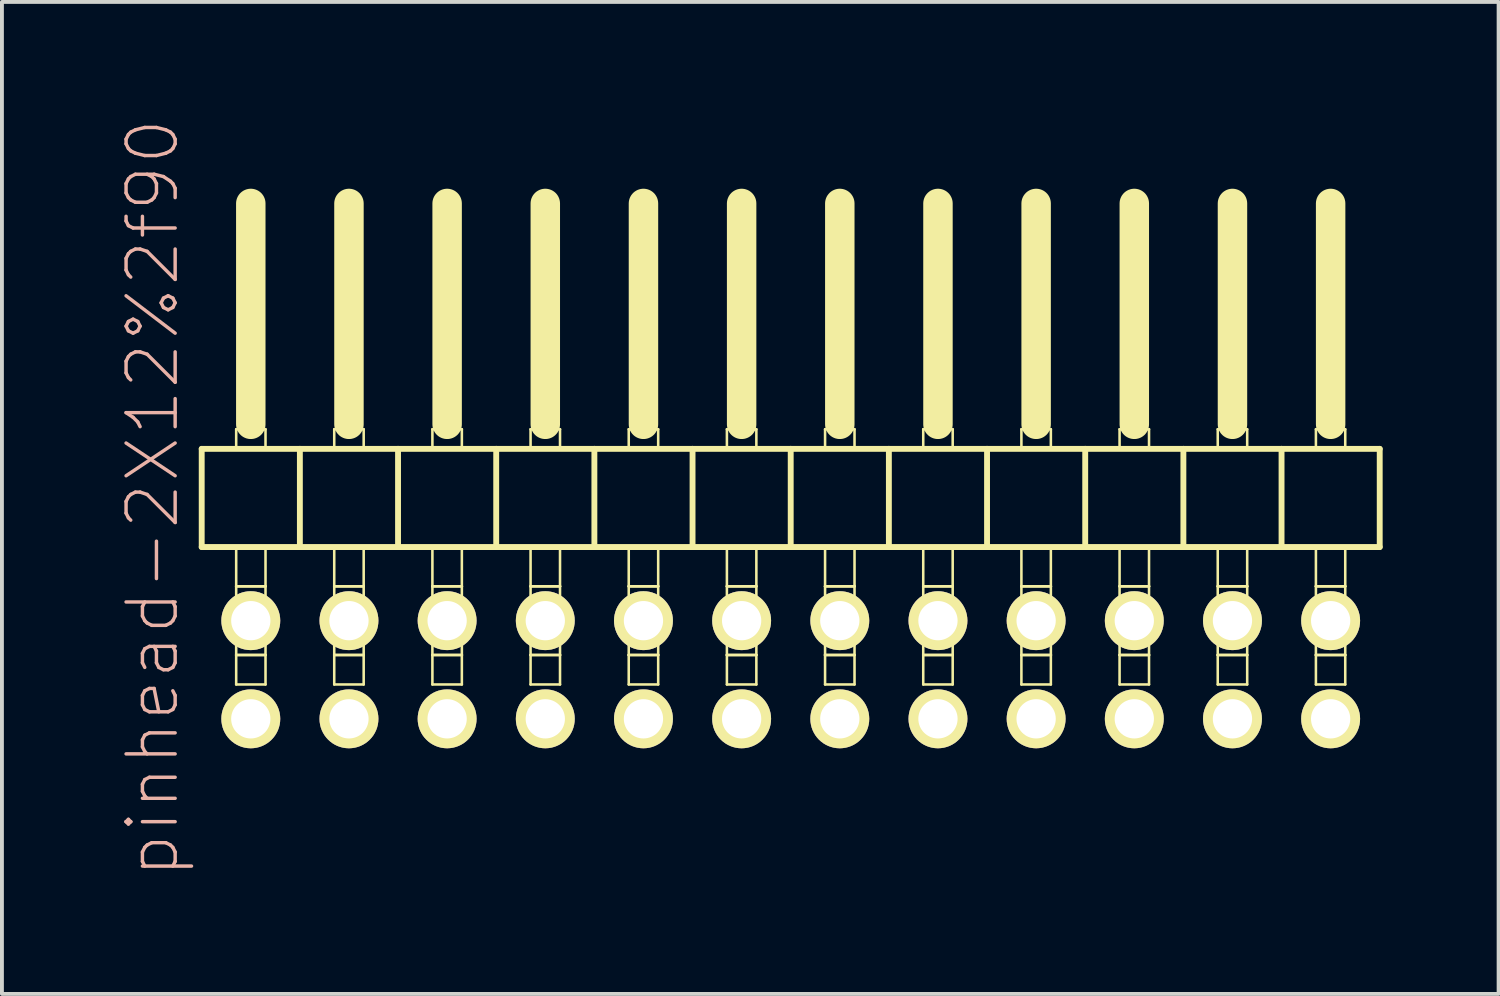
<source format=kicad_pcb>
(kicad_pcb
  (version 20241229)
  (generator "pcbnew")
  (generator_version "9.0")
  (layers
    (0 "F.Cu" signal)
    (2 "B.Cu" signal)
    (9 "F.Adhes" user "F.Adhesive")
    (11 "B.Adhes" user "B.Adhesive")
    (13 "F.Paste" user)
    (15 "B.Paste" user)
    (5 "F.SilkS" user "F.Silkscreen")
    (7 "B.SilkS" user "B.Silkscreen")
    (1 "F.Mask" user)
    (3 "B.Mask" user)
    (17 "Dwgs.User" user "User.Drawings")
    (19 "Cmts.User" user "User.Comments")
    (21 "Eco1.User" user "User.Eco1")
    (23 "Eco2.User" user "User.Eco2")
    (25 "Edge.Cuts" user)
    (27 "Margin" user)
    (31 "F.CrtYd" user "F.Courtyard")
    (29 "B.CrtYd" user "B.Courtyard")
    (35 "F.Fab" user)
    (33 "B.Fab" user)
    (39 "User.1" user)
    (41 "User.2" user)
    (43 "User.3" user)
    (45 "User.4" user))
  (footprint "pinhead-2X12%2f90"
    (layer "F.Cu")
    (at 17.409 9.199)
    (property "Reference" "pinhead-2X12%2f90" (at -16.51 0.635 90) (layer "B.SilkS") (effects (font (size 1.27 1.27) (thickness 0.089))))
    (attr exclude_from_pos_files exclude_from_bom)
    (fp_line (start -15.24 -0.635) (end -15.24 1.905) (stroke (width 0.152) (type solid)) (layer "F.SilkS"))
    (fp_line (start -15.24 1.905) (end -12.7 1.905) (stroke (width 0.152) (type solid)) (layer "F.SilkS"))
    (fp_line (start -14.348 -1.143) (end -13.589 -1.143) (stroke (width 0.066) (type solid)) (layer "F.SilkS"))
    (fp_line (start -14.348 -0.635) (end -14.348 -1.143) (stroke (width 0.066) (type solid)) (layer "F.SilkS"))
    (fp_line (start -14.348 -0.635) (end -13.589 -0.635) (stroke (width 0.066) (type solid)) (layer "F.SilkS"))
    (fp_line (start -14.348 1.905) (end -13.589 1.905) (stroke (width 0.066) (type solid)) (layer "F.SilkS"))
    (fp_line (start -14.348 2.921) (end -14.348 1.905) (stroke (width 0.066) (type solid)) (layer "F.SilkS"))
    (fp_line (start -14.348 2.921) (end -13.589 2.921) (stroke (width 0.066) (type solid)) (layer "F.SilkS"))
    (fp_line (start -14.348 2.921) (end -13.589 2.921) (stroke (width 0.066) (type solid)) (layer "F.SilkS"))
    (fp_line (start -14.348 4.699) (end -14.348 2.921) (stroke (width 0.066) (type solid)) (layer "F.SilkS"))
    (fp_line (start -14.348 4.699) (end -13.589 4.699) (stroke (width 0.066) (type solid)) (layer "F.SilkS"))
    (fp_line (start -14.348 4.699) (end -13.589 4.699) (stroke (width 0.066) (type solid)) (layer "F.SilkS"))
    (fp_line (start -14.348 5.461) (end -14.348 4.699) (stroke (width 0.066) (type solid)) (layer "F.SilkS"))
    (fp_line (start -14.348 5.461) (end -13.589 5.461) (stroke (width 0.066) (type solid)) (layer "F.SilkS"))
    (fp_line (start -13.97 -6.985) (end -13.97 -1.27) (stroke (width 0.762) (type solid)) (layer "F.SilkS"))
    (fp_line (start -13.589 -0.635) (end -13.589 -1.143) (stroke (width 0.066) (type solid)) (layer "F.SilkS"))
    (fp_line (start -13.589 2.921) (end -13.589 1.905) (stroke (width 0.066) (type solid)) (layer "F.SilkS"))
    (fp_line (start -13.589 4.699) (end -13.589 2.921) (stroke (width 0.066) (type solid)) (layer "F.SilkS"))
    (fp_line (start -13.589 5.461) (end -13.589 4.699) (stroke (width 0.066) (type solid)) (layer "F.SilkS"))
    (fp_line (start -12.7 -0.635) (end -15.24 -0.635) (stroke (width 0.152) (type solid)) (layer "F.SilkS"))
    (fp_line (start -12.7 1.905) (end -12.7 -0.635) (stroke (width 0.152) (type solid)) (layer "F.SilkS"))
    (fp_line (start -12.7 1.905) (end -10.16 1.905) (stroke (width 0.152) (type solid)) (layer "F.SilkS"))
    (fp_line (start -11.811 -1.143) (end -11.049 -1.143) (stroke (width 0.066) (type solid)) (layer "F.SilkS"))
    (fp_line (start -11.811 -0.635) (end -11.811 -1.143) (stroke (width 0.066) (type solid)) (layer "F.SilkS"))
    (fp_line (start -11.811 -0.635) (end -11.049 -0.635) (stroke (width 0.066) (type solid)) (layer "F.SilkS"))
    (fp_line (start -11.811 1.905) (end -11.049 1.905) (stroke (width 0.066) (type solid)) (layer "F.SilkS"))
    (fp_line (start -11.811 2.921) (end -11.811 1.905) (stroke (width 0.066) (type solid)) (layer "F.SilkS"))
    (fp_line (start -11.811 2.921) (end -11.049 2.921) (stroke (width 0.066) (type solid)) (layer "F.SilkS"))
    (fp_line (start -11.811 2.921) (end -11.049 2.921) (stroke (width 0.066) (type solid)) (layer "F.SilkS"))
    (fp_line (start -11.811 4.699) (end -11.811 2.921) (stroke (width 0.066) (type solid)) (layer "F.SilkS"))
    (fp_line (start -11.811 4.699) (end -11.049 4.699) (stroke (width 0.066) (type solid)) (layer "F.SilkS"))
    (fp_line (start -11.811 4.699) (end -11.049 4.699) (stroke (width 0.066) (type solid)) (layer "F.SilkS"))
    (fp_line (start -11.811 5.461) (end -11.811 4.699) (stroke (width 0.066) (type solid)) (layer "F.SilkS"))
    (fp_line (start -11.811 5.461) (end -11.049 5.461) (stroke (width 0.066) (type solid)) (layer "F.SilkS"))
    (fp_line (start -11.43 -6.985) (end -11.43 -1.27) (stroke (width 0.762) (type solid)) (layer "F.SilkS"))
    (fp_line (start -11.049 -0.635) (end -11.049 -1.143) (stroke (width 0.066) (type solid)) (layer "F.SilkS"))
    (fp_line (start -11.049 2.921) (end -11.049 1.905) (stroke (width 0.066) (type solid)) (layer "F.SilkS"))
    (fp_line (start -11.049 4.699) (end -11.049 2.921) (stroke (width 0.066) (type solid)) (layer "F.SilkS"))
    (fp_line (start -11.049 5.461) (end -11.049 4.699) (stroke (width 0.066) (type solid)) (layer "F.SilkS"))
    (fp_line (start -10.16 -0.635) (end -12.7 -0.635) (stroke (width 0.152) (type solid)) (layer "F.SilkS"))
    (fp_line (start -10.16 1.905) (end -10.16 -0.635) (stroke (width 0.152) (type solid)) (layer "F.SilkS"))
    (fp_line (start -10.16 1.905) (end -7.62 1.905) (stroke (width 0.152) (type solid)) (layer "F.SilkS"))
    (fp_line (start -9.271 -1.143) (end -8.509 -1.143) (stroke (width 0.066) (type solid)) (layer "F.SilkS"))
    (fp_line (start -9.271 -0.635) (end -9.271 -1.143) (stroke (width 0.066) (type solid)) (layer "F.SilkS"))
    (fp_line (start -9.271 -0.635) (end -8.509 -0.635) (stroke (width 0.066) (type solid)) (layer "F.SilkS"))
    (fp_line (start -9.271 1.905) (end -8.509 1.905) (stroke (width 0.066) (type solid)) (layer "F.SilkS"))
    (fp_line (start -9.271 2.921) (end -9.271 1.905) (stroke (width 0.066) (type solid)) (layer "F.SilkS"))
    (fp_line (start -9.271 2.921) (end -8.509 2.921) (stroke (width 0.066) (type solid)) (layer "F.SilkS"))
    (fp_line (start -9.271 2.921) (end -8.509 2.921) (stroke (width 0.066) (type solid)) (layer "F.SilkS"))
    (fp_line (start -9.271 4.699) (end -9.271 2.921) (stroke (width 0.066) (type solid)) (layer "F.SilkS"))
    (fp_line (start -9.271 4.699) (end -8.509 4.699) (stroke (width 0.066) (type solid)) (layer "F.SilkS"))
    (fp_line (start -9.271 4.699) (end -8.509 4.699) (stroke (width 0.066) (type solid)) (layer "F.SilkS"))
    (fp_line (start -9.271 5.461) (end -9.271 4.699) (stroke (width 0.066) (type solid)) (layer "F.SilkS"))
    (fp_line (start -9.271 5.461) (end -8.509 5.461) (stroke (width 0.066) (type solid)) (layer "F.SilkS"))
    (fp_line (start -8.89 -6.985) (end -8.89 -1.27) (stroke (width 0.762) (type solid)) (layer "F.SilkS"))
    (fp_line (start -8.509 -0.635) (end -8.509 -1.143) (stroke (width 0.066) (type solid)) (layer "F.SilkS"))
    (fp_line (start -8.509 2.921) (end -8.509 1.905) (stroke (width 0.066) (type solid)) (layer "F.SilkS"))
    (fp_line (start -8.509 4.699) (end -8.509 2.921) (stroke (width 0.066) (type solid)) (layer "F.SilkS"))
    (fp_line (start -8.509 5.461) (end -8.509 4.699) (stroke (width 0.066) (type solid)) (layer "F.SilkS"))
    (fp_line (start -7.62 -0.635) (end -10.16 -0.635) (stroke (width 0.152) (type solid)) (layer "F.SilkS"))
    (fp_line (start -7.62 1.905) (end -7.62 -0.635) (stroke (width 0.152) (type solid)) (layer "F.SilkS"))
    (fp_line (start -7.62 1.905) (end -5.08 1.905) (stroke (width 0.152) (type solid)) (layer "F.SilkS"))
    (fp_line (start -6.731 -1.143) (end -5.969 -1.143) (stroke (width 0.066) (type solid)) (layer "F.SilkS"))
    (fp_line (start -6.731 -0.635) (end -6.731 -1.143) (stroke (width 0.066) (type solid)) (layer "F.SilkS"))
    (fp_line (start -6.731 -0.635) (end -5.969 -0.635) (stroke (width 0.066) (type solid)) (layer "F.SilkS"))
    (fp_line (start -6.731 1.905) (end -5.969 1.905) (stroke (width 0.066) (type solid)) (layer "F.SilkS"))
    (fp_line (start -6.731 2.921) (end -6.731 1.905) (stroke (width 0.066) (type solid)) (layer "F.SilkS"))
    (fp_line (start -6.731 2.921) (end -5.969 2.921) (stroke (width 0.066) (type solid)) (layer "F.SilkS"))
    (fp_line (start -6.731 2.921) (end -5.969 2.921) (stroke (width 0.066) (type solid)) (layer "F.SilkS"))
    (fp_line (start -6.731 4.699) (end -6.731 2.921) (stroke (width 0.066) (type solid)) (layer "F.SilkS"))
    (fp_line (start -6.731 4.699) (end -5.969 4.699) (stroke (width 0.066) (type solid)) (layer "F.SilkS"))
    (fp_line (start -6.731 4.699) (end -5.969 4.699) (stroke (width 0.066) (type solid)) (layer "F.SilkS"))
    (fp_line (start -6.731 5.461) (end -6.731 4.699) (stroke (width 0.066) (type solid)) (layer "F.SilkS"))
    (fp_line (start -6.731 5.461) (end -5.969 5.461) (stroke (width 0.066) (type solid)) (layer "F.SilkS"))
    (fp_line (start -6.35 -6.985) (end -6.35 -1.27) (stroke (width 0.762) (type solid)) (layer "F.SilkS"))
    (fp_line (start -5.969 -0.635) (end -5.969 -1.143) (stroke (width 0.066) (type solid)) (layer "F.SilkS"))
    (fp_line (start -5.969 2.921) (end -5.969 1.905) (stroke (width 0.066) (type solid)) (layer "F.SilkS"))
    (fp_line (start -5.969 4.699) (end -5.969 2.921) (stroke (width 0.066) (type solid)) (layer "F.SilkS"))
    (fp_line (start -5.969 5.461) (end -5.969 4.699) (stroke (width 0.066) (type solid)) (layer "F.SilkS"))
    (fp_line (start -5.08 -0.635) (end -7.62 -0.635) (stroke (width 0.152) (type solid)) (layer "F.SilkS"))
    (fp_line (start -5.08 1.905) (end -5.08 -0.635) (stroke (width 0.152) (type solid)) (layer "F.SilkS"))
    (fp_line (start -5.08 1.905) (end -2.54 1.905) (stroke (width 0.152) (type solid)) (layer "F.SilkS"))
    (fp_line (start -4.191 -1.143) (end -3.429 -1.143) (stroke (width 0.066) (type solid)) (layer "F.SilkS"))
    (fp_line (start -4.191 -0.635) (end -4.191 -1.143) (stroke (width 0.066) (type solid)) (layer "F.SilkS"))
    (fp_line (start -4.191 -0.635) (end -3.429 -0.635) (stroke (width 0.066) (type solid)) (layer "F.SilkS"))
    (fp_line (start -4.191 1.905) (end -3.429 1.905) (stroke (width 0.066) (type solid)) (layer "F.SilkS"))
    (fp_line (start -4.191 2.921) (end -4.191 1.905) (stroke (width 0.066) (type solid)) (layer "F.SilkS"))
    (fp_line (start -4.191 2.921) (end -3.429 2.921) (stroke (width 0.066) (type solid)) (layer "F.SilkS"))
    (fp_line (start -4.191 2.921) (end -3.429 2.921) (stroke (width 0.066) (type solid)) (layer "F.SilkS"))
    (fp_line (start -4.191 4.699) (end -4.191 2.921) (stroke (width 0.066) (type solid)) (layer "F.SilkS"))
    (fp_line (start -4.191 4.699) (end -3.429 4.699) (stroke (width 0.066) (type solid)) (layer "F.SilkS"))
    (fp_line (start -4.191 4.699) (end -3.429 4.699) (stroke (width 0.066) (type solid)) (layer "F.SilkS"))
    (fp_line (start -4.191 5.461) (end -4.191 4.699) (stroke (width 0.066) (type solid)) (layer "F.SilkS"))
    (fp_line (start -4.191 5.461) (end -3.429 5.461) (stroke (width 0.066) (type solid)) (layer "F.SilkS"))
    (fp_line (start -3.81 -6.985) (end -3.81 -1.27) (stroke (width 0.762) (type solid)) (layer "F.SilkS"))
    (fp_line (start -3.429 -0.635) (end -3.429 -1.143) (stroke (width 0.066) (type solid)) (layer "F.SilkS"))
    (fp_line (start -3.429 2.921) (end -3.429 1.905) (stroke (width 0.066) (type solid)) (layer "F.SilkS"))
    (fp_line (start -3.429 4.699) (end -3.429 2.921) (stroke (width 0.066) (type solid)) (layer "F.SilkS"))
    (fp_line (start -3.429 5.461) (end -3.429 4.699) (stroke (width 0.066) (type solid)) (layer "F.SilkS"))
    (fp_line (start -2.54 -0.635) (end -5.08 -0.635) (stroke (width 0.152) (type solid)) (layer "F.SilkS"))
    (fp_line (start -2.54 1.905) (end -2.54 -0.635) (stroke (width 0.152) (type solid)) (layer "F.SilkS"))
    (fp_line (start -2.54 1.905) (end 0 1.905) (stroke (width 0.152) (type solid)) (layer "F.SilkS"))
    (fp_line (start -1.651 -1.143) (end -0.889 -1.143) (stroke (width 0.066) (type solid)) (layer "F.SilkS"))
    (fp_line (start -1.651 -0.635) (end -1.651 -1.143) (stroke (width 0.066) (type solid)) (layer "F.SilkS"))
    (fp_line (start -1.651 -0.635) (end -0.889 -0.635) (stroke (width 0.066) (type solid)) (layer "F.SilkS"))
    (fp_line (start -1.651 1.905) (end -0.889 1.905) (stroke (width 0.066) (type solid)) (layer "F.SilkS"))
    (fp_line (start -1.651 2.921) (end -1.651 1.905) (stroke (width 0.066) (type solid)) (layer "F.SilkS"))
    (fp_line (start -1.651 2.921) (end -0.889 2.921) (stroke (width 0.066) (type solid)) (layer "F.SilkS"))
    (fp_line (start -1.651 2.921) (end -0.889 2.921) (stroke (width 0.066) (type solid)) (layer "F.SilkS"))
    (fp_line (start -1.651 4.699) (end -1.651 2.921) (stroke (width 0.066) (type solid)) (layer "F.SilkS"))
    (fp_line (start -1.651 4.699) (end -0.889 4.699) (stroke (width 0.066) (type solid)) (layer "F.SilkS"))
    (fp_line (start -1.651 4.699) (end -0.889 4.699) (stroke (width 0.066) (type solid)) (layer "F.SilkS"))
    (fp_line (start -1.651 5.461) (end -1.651 4.699) (stroke (width 0.066) (type solid)) (layer "F.SilkS"))
    (fp_line (start -1.651 5.461) (end -0.889 5.461) (stroke (width 0.066) (type solid)) (layer "F.SilkS"))
    (fp_line (start -1.27 -6.985) (end -1.27 -1.27) (stroke (width 0.762) (type solid)) (layer "F.SilkS"))
    (fp_line (start -0.889 -0.635) (end -0.889 -1.143) (stroke (width 0.066) (type solid)) (layer "F.SilkS"))
    (fp_line (start -0.889 2.921) (end -0.889 1.905) (stroke (width 0.066) (type solid)) (layer "F.SilkS"))
    (fp_line (start -0.889 4.699) (end -0.889 2.921) (stroke (width 0.066) (type solid)) (layer "F.SilkS"))
    (fp_line (start -0.889 5.461) (end -0.889 4.699) (stroke (width 0.066) (type solid)) (layer "F.SilkS"))
    (fp_line (start 0 -0.635) (end -2.54 -0.635) (stroke (width 0.152) (type solid)) (layer "F.SilkS"))
    (fp_line (start 0 1.905) (end 0 -0.635) (stroke (width 0.152) (type solid)) (layer "F.SilkS"))
    (fp_line (start 0 1.905) (end 2.54 1.905) (stroke (width 0.152) (type solid)) (layer "F.SilkS"))
    (fp_line (start 0.889 -1.143) (end 1.651 -1.143) (stroke (width 0.066) (type solid)) (layer "F.SilkS"))
    (fp_line (start 0.889 -0.635) (end 0.889 -1.143) (stroke (width 0.066) (type solid)) (layer "F.SilkS"))
    (fp_line (start 0.889 -0.635) (end 1.651 -0.635) (stroke (width 0.066) (type solid)) (layer "F.SilkS"))
    (fp_line (start 0.889 1.905) (end 1.651 1.905) (stroke (width 0.066) (type solid)) (layer "F.SilkS"))
    (fp_line (start 0.889 2.921) (end 0.889 1.905) (stroke (width 0.066) (type solid)) (layer "F.SilkS"))
    (fp_line (start 0.889 2.921) (end 1.651 2.921) (stroke (width 0.066) (type solid)) (layer "F.SilkS"))
    (fp_line (start 0.889 2.921) (end 1.651 2.921) (stroke (width 0.066) (type solid)) (layer "F.SilkS"))
    (fp_line (start 0.889 4.699) (end 0.889 2.921) (stroke (width 0.066) (type solid)) (layer "F.SilkS"))
    (fp_line (start 0.889 4.699) (end 1.651 4.699) (stroke (width 0.066) (type solid)) (layer "F.SilkS"))
    (fp_line (start 0.889 4.699) (end 1.651 4.699) (stroke (width 0.066) (type solid)) (layer "F.SilkS"))
    (fp_line (start 0.889 5.461) (end 0.889 4.699) (stroke (width 0.066) (type solid)) (layer "F.SilkS"))
    (fp_line (start 0.889 5.461) (end 1.651 5.461) (stroke (width 0.066) (type solid)) (layer "F.SilkS"))
    (fp_line (start 1.27 -6.985) (end 1.27 -1.27) (stroke (width 0.762) (type solid)) (layer "F.SilkS"))
    (fp_line (start 1.651 -0.635) (end 1.651 -1.143) (stroke (width 0.066) (type solid)) (layer "F.SilkS"))
    (fp_line (start 1.651 2.921) (end 1.651 1.905) (stroke (width 0.066) (type solid)) (layer "F.SilkS"))
    (fp_line (start 1.651 4.699) (end 1.651 2.921) (stroke (width 0.066) (type solid)) (layer "F.SilkS"))
    (fp_line (start 1.651 5.461) (end 1.651 4.699) (stroke (width 0.066) (type solid)) (layer "F.SilkS"))
    (fp_line (start 2.54 -0.635) (end 0 -0.635) (stroke (width 0.152) (type solid)) (layer "F.SilkS"))
    (fp_line (start 2.54 1.905) (end 2.54 -0.635) (stroke (width 0.152) (type solid)) (layer "F.SilkS"))
    (fp_line (start 2.54 1.905) (end 5.08 1.905) (stroke (width 0.152) (type solid)) (layer "F.SilkS"))
    (fp_line (start 3.429 -1.143) (end 4.191 -1.143) (stroke (width 0.066) (type solid)) (layer "F.SilkS"))
    (fp_line (start 3.429 -0.635) (end 3.429 -1.143) (stroke (width 0.066) (type solid)) (layer "F.SilkS"))
    (fp_line (start 3.429 -0.635) (end 4.191 -0.635) (stroke (width 0.066) (type solid)) (layer "F.SilkS"))
    (fp_line (start 3.429 1.905) (end 4.191 1.905) (stroke (width 0.066) (type solid)) (layer "F.SilkS"))
    (fp_line (start 3.429 2.921) (end 3.429 1.905) (stroke (width 0.066) (type solid)) (layer "F.SilkS"))
    (fp_line (start 3.429 2.921) (end 4.191 2.921) (stroke (width 0.066) (type solid)) (layer "F.SilkS"))
    (fp_line (start 3.429 2.921) (end 4.191 2.921) (stroke (width 0.066) (type solid)) (layer "F.SilkS"))
    (fp_line (start 3.429 4.699) (end 3.429 2.921) (stroke (width 0.066) (type solid)) (layer "F.SilkS"))
    (fp_line (start 3.429 4.699) (end 4.191 4.699) (stroke (width 0.066) (type solid)) (layer "F.SilkS"))
    (fp_line (start 3.429 4.699) (end 4.191 4.699) (stroke (width 0.066) (type solid)) (layer "F.SilkS"))
    (fp_line (start 3.429 5.461) (end 3.429 4.699) (stroke (width 0.066) (type solid)) (layer "F.SilkS"))
    (fp_line (start 3.429 5.461) (end 4.191 5.461) (stroke (width 0.066) (type solid)) (layer "F.SilkS"))
    (fp_line (start 3.81 -6.985) (end 3.81 -1.27) (stroke (width 0.762) (type solid)) (layer "F.SilkS"))
    (fp_line (start 4.191 -0.635) (end 4.191 -1.143) (stroke (width 0.066) (type solid)) (layer "F.SilkS"))
    (fp_line (start 4.191 2.921) (end 4.191 1.905) (stroke (width 0.066) (type solid)) (layer "F.SilkS"))
    (fp_line (start 4.191 4.699) (end 4.191 2.921) (stroke (width 0.066) (type solid)) (layer "F.SilkS"))
    (fp_line (start 4.191 5.461) (end 4.191 4.699) (stroke (width 0.066) (type solid)) (layer "F.SilkS"))
    (fp_line (start 5.08 -0.635) (end 2.54 -0.635) (stroke (width 0.152) (type solid)) (layer "F.SilkS"))
    (fp_line (start 5.08 1.905) (end 5.08 -0.635) (stroke (width 0.152) (type solid)) (layer "F.SilkS"))
    (fp_line (start 5.08 1.905) (end 7.62 1.905) (stroke (width 0.152) (type solid)) (layer "F.SilkS"))
    (fp_line (start 5.969 -1.143) (end 6.731 -1.143) (stroke (width 0.066) (type solid)) (layer "F.SilkS"))
    (fp_line (start 5.969 -0.635) (end 5.969 -1.143) (stroke (width 0.066) (type solid)) (layer "F.SilkS"))
    (fp_line (start 5.969 -0.635) (end 6.731 -0.635) (stroke (width 0.066) (type solid)) (layer "F.SilkS"))
    (fp_line (start 5.969 1.905) (end 6.731 1.905) (stroke (width 0.066) (type solid)) (layer "F.SilkS"))
    (fp_line (start 5.969 2.921) (end 5.969 1.905) (stroke (width 0.066) (type solid)) (layer "F.SilkS"))
    (fp_line (start 5.969 2.921) (end 6.731 2.921) (stroke (width 0.066) (type solid)) (layer "F.SilkS"))
    (fp_line (start 5.969 2.921) (end 6.731 2.921) (stroke (width 0.066) (type solid)) (layer "F.SilkS"))
    (fp_line (start 5.969 4.699) (end 5.969 2.921) (stroke (width 0.066) (type solid)) (layer "F.SilkS"))
    (fp_line (start 5.969 4.699) (end 6.731 4.699) (stroke (width 0.066) (type solid)) (layer "F.SilkS"))
    (fp_line (start 5.969 4.699) (end 6.731 4.699) (stroke (width 0.066) (type solid)) (layer "F.SilkS"))
    (fp_line (start 5.969 5.461) (end 5.969 4.699) (stroke (width 0.066) (type solid)) (layer "F.SilkS"))
    (fp_line (start 5.969 5.461) (end 6.731 5.461) (stroke (width 0.066) (type solid)) (layer "F.SilkS"))
    (fp_line (start 6.35 -6.985) (end 6.35 -1.27) (stroke (width 0.762) (type solid)) (layer "F.SilkS"))
    (fp_line (start 6.731 -0.635) (end 6.731 -1.143) (stroke (width 0.066) (type solid)) (layer "F.SilkS"))
    (fp_line (start 6.731 2.921) (end 6.731 1.905) (stroke (width 0.066) (type solid)) (layer "F.SilkS"))
    (fp_line (start 6.731 4.699) (end 6.731 2.921) (stroke (width 0.066) (type solid)) (layer "F.SilkS"))
    (fp_line (start 6.731 5.461) (end 6.731 4.699) (stroke (width 0.066) (type solid)) (layer "F.SilkS"))
    (fp_line (start 7.62 -0.635) (end 5.08 -0.635) (stroke (width 0.152) (type solid)) (layer "F.SilkS"))
    (fp_line (start 7.62 1.905) (end 7.62 -0.635) (stroke (width 0.152) (type solid)) (layer "F.SilkS"))
    (fp_line (start 7.62 1.905) (end 10.16 1.905) (stroke (width 0.152) (type solid)) (layer "F.SilkS"))
    (fp_line (start 8.509 -1.143) (end 9.271 -1.143) (stroke (width 0.066) (type solid)) (layer "F.SilkS"))
    (fp_line (start 8.509 -0.635) (end 8.509 -1.143) (stroke (width 0.066) (type solid)) (layer "F.SilkS"))
    (fp_line (start 8.509 -0.635) (end 9.271 -0.635) (stroke (width 0.066) (type solid)) (layer "F.SilkS"))
    (fp_line (start 8.509 1.905) (end 9.271 1.905) (stroke (width 0.066) (type solid)) (layer "F.SilkS"))
    (fp_line (start 8.509 2.921) (end 8.509 1.905) (stroke (width 0.066) (type solid)) (layer "F.SilkS"))
    (fp_line (start 8.509 2.921) (end 9.271 2.921) (stroke (width 0.066) (type solid)) (layer "F.SilkS"))
    (fp_line (start 8.509 2.921) (end 9.271 2.921) (stroke (width 0.066) (type solid)) (layer "F.SilkS"))
    (fp_line (start 8.509 4.699) (end 8.509 2.921) (stroke (width 0.066) (type solid)) (layer "F.SilkS"))
    (fp_line (start 8.509 4.699) (end 9.271 4.699) (stroke (width 0.066) (type solid)) (layer "F.SilkS"))
    (fp_line (start 8.509 4.699) (end 9.271 4.699) (stroke (width 0.066) (type solid)) (layer "F.SilkS"))
    (fp_line (start 8.509 5.461) (end 8.509 4.699) (stroke (width 0.066) (type solid)) (layer "F.SilkS"))
    (fp_line (start 8.509 5.461) (end 9.271 5.461) (stroke (width 0.066) (type solid)) (layer "F.SilkS"))
    (fp_line (start 8.89 -6.985) (end 8.89 -1.27) (stroke (width 0.762) (type solid)) (layer "F.SilkS"))
    (fp_line (start 9.271 -0.635) (end 9.271 -1.143) (stroke (width 0.066) (type solid)) (layer "F.SilkS"))
    (fp_line (start 9.271 2.921) (end 9.271 1.905) (stroke (width 0.066) (type solid)) (layer "F.SilkS"))
    (fp_line (start 9.271 4.699) (end 9.271 2.921) (stroke (width 0.066) (type solid)) (layer "F.SilkS"))
    (fp_line (start 9.271 5.461) (end 9.271 4.699) (stroke (width 0.066) (type solid)) (layer "F.SilkS"))
    (fp_line (start 10.16 -0.635) (end 7.62 -0.635) (stroke (width 0.152) (type solid)) (layer "F.SilkS"))
    (fp_line (start 10.16 1.905) (end 10.16 -0.635) (stroke (width 0.152) (type solid)) (layer "F.SilkS"))
    (fp_line (start 10.16 1.905) (end 12.7 1.905) (stroke (width 0.152) (type solid)) (layer "F.SilkS"))
    (fp_line (start 11.049 -1.143) (end 11.811 -1.143) (stroke (width 0.066) (type solid)) (layer "F.SilkS"))
    (fp_line (start 11.049 -0.635) (end 11.049 -1.143) (stroke (width 0.066) (type solid)) (layer "F.SilkS"))
    (fp_line (start 11.049 -0.635) (end 11.811 -0.635) (stroke (width 0.066) (type solid)) (layer "F.SilkS"))
    (fp_line (start 11.049 1.905) (end 11.811 1.905) (stroke (width 0.066) (type solid)) (layer "F.SilkS"))
    (fp_line (start 11.049 2.921) (end 11.049 1.905) (stroke (width 0.066) (type solid)) (layer "F.SilkS"))
    (fp_line (start 11.049 2.921) (end 11.811 2.921) (stroke (width 0.066) (type solid)) (layer "F.SilkS"))
    (fp_line (start 11.049 2.921) (end 11.811 2.921) (stroke (width 0.066) (type solid)) (layer "F.SilkS"))
    (fp_line (start 11.049 4.699) (end 11.049 2.921) (stroke (width 0.066) (type solid)) (layer "F.SilkS"))
    (fp_line (start 11.049 4.699) (end 11.811 4.699) (stroke (width 0.066) (type solid)) (layer "F.SilkS"))
    (fp_line (start 11.049 4.699) (end 11.811 4.699) (stroke (width 0.066) (type solid)) (layer "F.SilkS"))
    (fp_line (start 11.049 5.461) (end 11.049 4.699) (stroke (width 0.066) (type solid)) (layer "F.SilkS"))
    (fp_line (start 11.049 5.461) (end 11.811 5.461) (stroke (width 0.066) (type solid)) (layer "F.SilkS"))
    (fp_line (start 11.43 -6.985) (end 11.43 -1.27) (stroke (width 0.762) (type solid)) (layer "F.SilkS"))
    (fp_line (start 11.811 -0.635) (end 11.811 -1.143) (stroke (width 0.066) (type solid)) (layer "F.SilkS"))
    (fp_line (start 11.811 2.921) (end 11.811 1.905) (stroke (width 0.066) (type solid)) (layer "F.SilkS"))
    (fp_line (start 11.811 4.699) (end 11.811 2.921) (stroke (width 0.066) (type solid)) (layer "F.SilkS"))
    (fp_line (start 11.811 5.461) (end 11.811 4.699) (stroke (width 0.066) (type solid)) (layer "F.SilkS"))
    (fp_line (start 12.7 -0.635) (end 10.16 -0.635) (stroke (width 0.152) (type solid)) (layer "F.SilkS"))
    (fp_line (start 12.7 1.905) (end 12.7 -0.635) (stroke (width 0.152) (type solid)) (layer "F.SilkS"))
    (fp_line (start 12.7 1.905) (end 15.24 1.905) (stroke (width 0.152) (type solid)) (layer "F.SilkS"))
    (fp_line (start 13.589 -1.143) (end 14.348 -1.143) (stroke (width 0.066) (type solid)) (layer "F.SilkS"))
    (fp_line (start 13.589 -0.635) (end 13.589 -1.143) (stroke (width 0.066) (type solid)) (layer "F.SilkS"))
    (fp_line (start 13.589 -0.635) (end 14.348 -0.635) (stroke (width 0.066) (type solid)) (layer "F.SilkS"))
    (fp_line (start 13.589 1.905) (end 14.348 1.905) (stroke (width 0.066) (type solid)) (layer "F.SilkS"))
    (fp_line (start 13.589 2.921) (end 13.589 1.905) (stroke (width 0.066) (type solid)) (layer "F.SilkS"))
    (fp_line (start 13.589 2.921) (end 14.348 2.921) (stroke (width 0.066) (type solid)) (layer "F.SilkS"))
    (fp_line (start 13.589 2.921) (end 14.348 2.921) (stroke (width 0.066) (type solid)) (layer "F.SilkS"))
    (fp_line (start 13.589 4.699) (end 13.589 2.921) (stroke (width 0.066) (type solid)) (layer "F.SilkS"))
    (fp_line (start 13.589 4.699) (end 14.348 4.699) (stroke (width 0.066) (type solid)) (layer "F.SilkS"))
    (fp_line (start 13.589 4.699) (end 14.348 4.699) (stroke (width 0.066) (type solid)) (layer "F.SilkS"))
    (fp_line (start 13.589 5.461) (end 13.589 4.699) (stroke (width 0.066) (type solid)) (layer "F.SilkS"))
    (fp_line (start 13.589 5.461) (end 14.348 5.461) (stroke (width 0.066) (type solid)) (layer "F.SilkS"))
    (fp_line (start 13.97 -6.985) (end 13.97 -1.27) (stroke (width 0.762) (type solid)) (layer "F.SilkS"))
    (fp_line (start 14.348 -0.635) (end 14.348 -1.143) (stroke (width 0.066) (type solid)) (layer "F.SilkS"))
    (fp_line (start 14.348 2.921) (end 14.348 1.905) (stroke (width 0.066) (type solid)) (layer "F.SilkS"))
    (fp_line (start 14.348 4.699) (end 14.348 2.921) (stroke (width 0.066) (type solid)) (layer "F.SilkS"))
    (fp_line (start 14.348 5.461) (end 14.348 4.699) (stroke (width 0.066) (type solid)) (layer "F.SilkS"))
    (fp_line (start 15.24 -0.635) (end 12.7 -0.635) (stroke (width 0.152) (type solid)) (layer "F.SilkS"))
    (fp_line (start 15.24 1.905) (end 15.24 -0.635) (stroke (width 0.152) (type solid)) (layer "F.SilkS"))
    (pad "1" thru_hole circle (at -13.97 6.35) (size 1.524 1.524) (drill 1.016) (layers "*.Cu" "F.Mask" "F.SilkS" "F.Paste"))
    (pad "2" thru_hole circle (at -13.97 3.81) (size 1.524 1.524) (drill 1.016) (layers "*.Cu" "F.Mask" "F.SilkS" "F.Paste"))
    (pad "3" thru_hole circle (at -11.43 6.35) (size 1.524 1.524) (drill 1.016) (layers "*.Cu" "F.Mask" "F.SilkS" "F.Paste"))
    (pad "4" thru_hole circle (at -11.43 3.81) (size 1.524 1.524) (drill 1.016) (layers "*.Cu" "F.Mask" "F.SilkS" "F.Paste"))
    (pad "5" thru_hole circle (at -8.89 6.35) (size 1.524 1.524) (drill 1.016) (layers "*.Cu" "F.Mask" "F.SilkS" "F.Paste"))
    (pad "6" thru_hole circle (at -8.89 3.81) (size 1.524 1.524) (drill 1.016) (layers "*.Cu" "F.Mask" "F.SilkS" "F.Paste"))
    (pad "7" thru_hole circle (at -6.35 6.35) (size 1.524 1.524) (drill 1.016) (layers "*.Cu" "F.Mask" "F.SilkS" "F.Paste"))
    (pad "8" thru_hole circle (at -6.35 3.81) (size 1.524 1.524) (drill 1.016) (layers "*.Cu" "F.Mask" "F.SilkS" "F.Paste"))
    (pad "9" thru_hole circle (at -3.81 6.35) (size 1.524 1.524) (drill 1.016) (layers "*.Cu" "F.Mask" "F.SilkS" "F.Paste"))
    (pad "10" thru_hole circle (at -3.81 3.81) (size 1.524 1.524) (drill 1.016) (layers "*.Cu" "F.Mask" "F.SilkS" "F.Paste"))
    (pad "11" thru_hole circle (at -1.27 6.35) (size 1.524 1.524) (drill 1.016) (layers "*.Cu" "F.Mask" "F.SilkS" "F.Paste"))
    (pad "12" thru_hole circle (at -1.27 3.81) (size 1.524 1.524) (drill 1.016) (layers "*.Cu" "F.Mask" "F.SilkS" "F.Paste"))
    (pad "13" thru_hole circle (at 1.27 6.35) (size 1.524 1.524) (drill 1.016) (layers "*.Cu" "F.Mask" "F.SilkS" "F.Paste"))
    (pad "14" thru_hole circle (at 1.27 3.81) (size 1.524 1.524) (drill 1.016) (layers "*.Cu" "F.Mask" "F.SilkS" "F.Paste"))
    (pad "15" thru_hole circle (at 3.81 6.35) (size 1.524 1.524) (drill 1.016) (layers "*.Cu" "F.Mask" "F.SilkS" "F.Paste"))
    (pad "16" thru_hole circle (at 3.81 3.81) (size 1.524 1.524) (drill 1.016) (layers "*.Cu" "F.Mask" "F.SilkS" "F.Paste"))
    (pad "17" thru_hole circle (at 6.35 6.35) (size 1.524 1.524) (drill 1.016) (layers "*.Cu" "F.Mask" "F.SilkS" "F.Paste"))
    (pad "18" thru_hole circle (at 6.35 3.81) (size 1.524 1.524) (drill 1.016) (layers "*.Cu" "F.Mask" "F.SilkS" "F.Paste"))
    (pad "19" thru_hole circle (at 8.89 6.35) (size 1.524 1.524) (drill 1.016) (layers "*.Cu" "F.Mask" "F.SilkS" "F.Paste"))
    (pad "20" thru_hole circle (at 8.89 3.81) (size 1.524 1.524) (drill 1.016) (layers "*.Cu" "F.Mask" "F.SilkS" "F.Paste"))
    (pad "21" thru_hole circle (at 11.43 6.35) (size 1.524 1.524) (drill 1.016) (layers "*.Cu" "F.Mask" "F.SilkS" "F.Paste"))
    (pad "22" thru_hole circle (at 11.43 3.81) (size 1.524 1.524) (drill 1.016) (layers "*.Cu" "F.Mask" "F.SilkS" "F.Paste"))
    (pad "23" thru_hole circle (at 13.97 6.35) (size 1.524 1.524) (drill 1.016) (layers "*.Cu" "F.Mask" "F.SilkS" "F.Paste"))
    (pad "24" thru_hole circle (at 13.97 3.81) (size 1.524 1.524) (drill 1.016) (layers "*.Cu" "F.Mask" "F.SilkS" "F.Paste")))
  (gr_rect
    (start -3 -3)
    (end 35.725 22.667)
    (stroke (width 0.1) (type default))
    (fill no)
    (layer "Edge.Cuts")))
</source>
